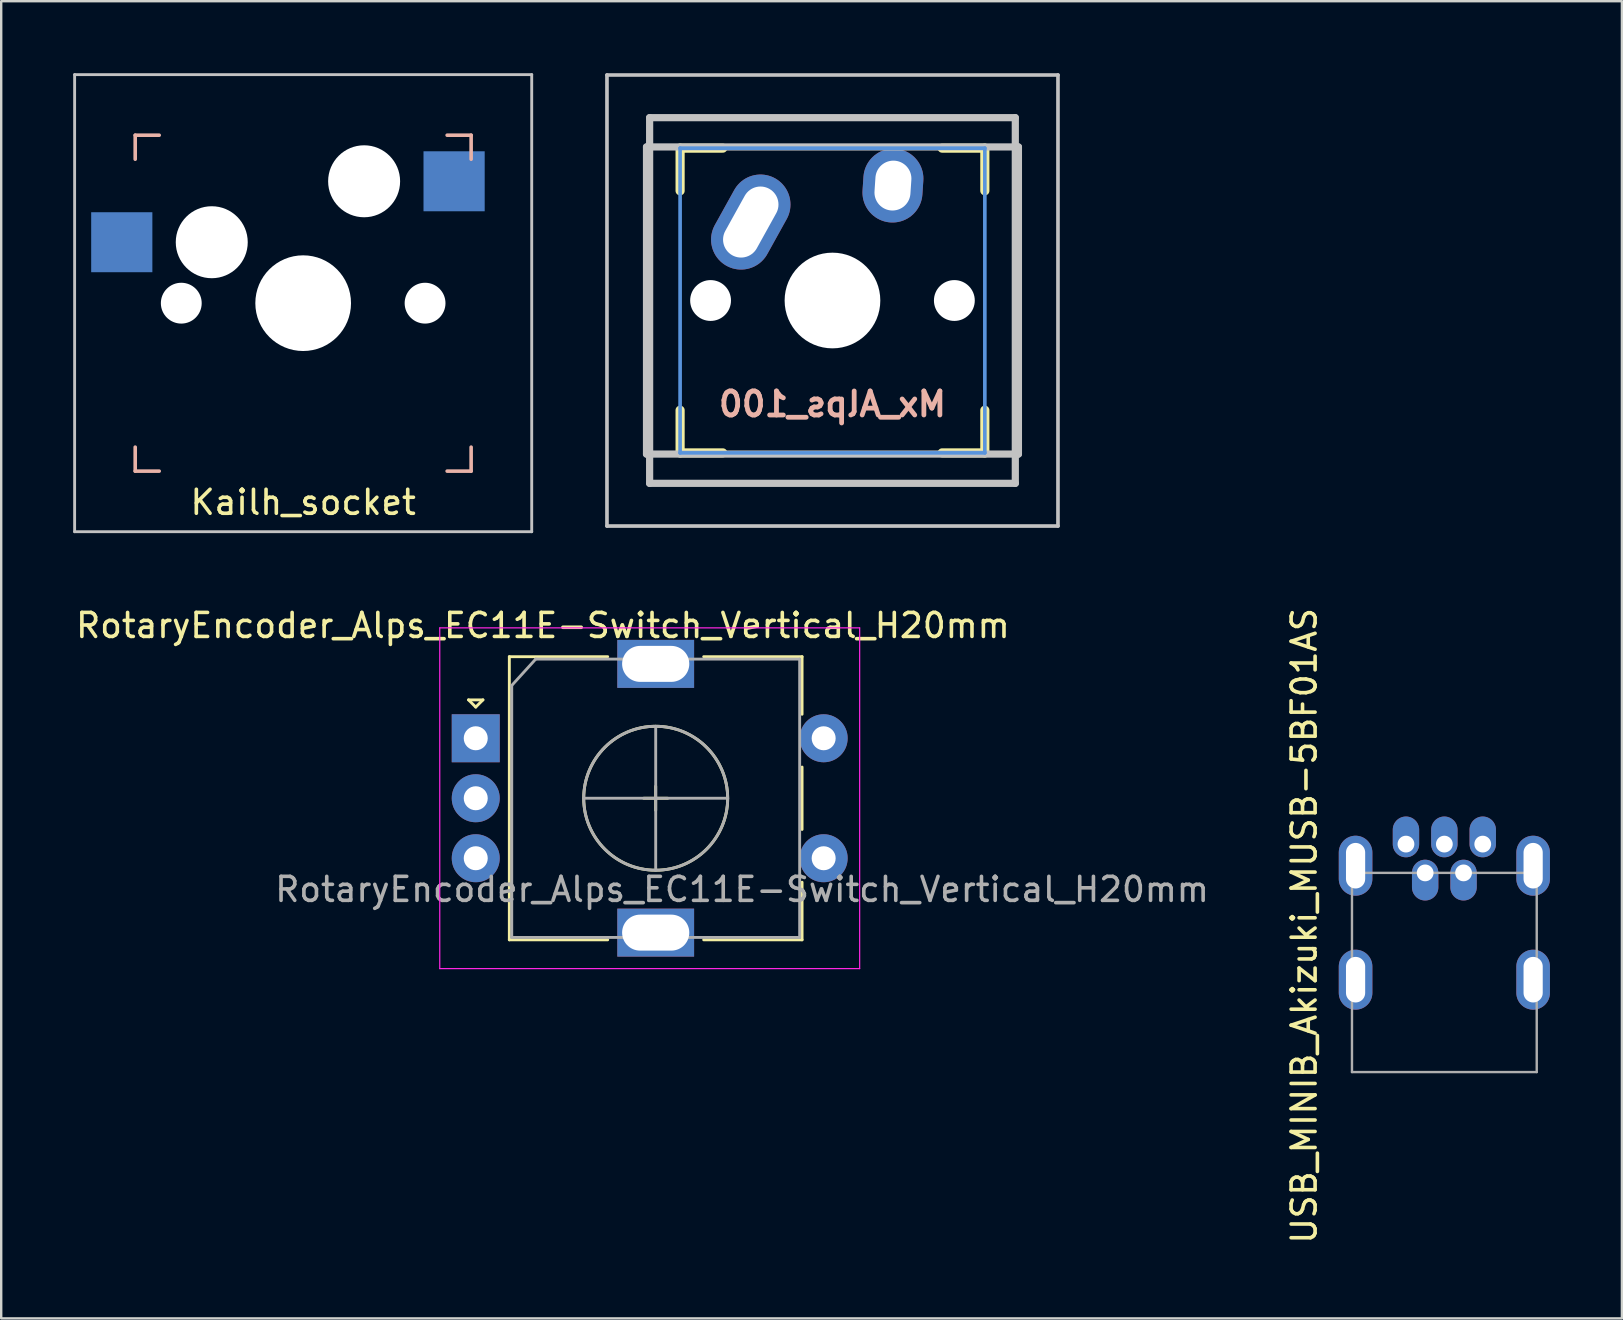
<source format=kicad_pcb>
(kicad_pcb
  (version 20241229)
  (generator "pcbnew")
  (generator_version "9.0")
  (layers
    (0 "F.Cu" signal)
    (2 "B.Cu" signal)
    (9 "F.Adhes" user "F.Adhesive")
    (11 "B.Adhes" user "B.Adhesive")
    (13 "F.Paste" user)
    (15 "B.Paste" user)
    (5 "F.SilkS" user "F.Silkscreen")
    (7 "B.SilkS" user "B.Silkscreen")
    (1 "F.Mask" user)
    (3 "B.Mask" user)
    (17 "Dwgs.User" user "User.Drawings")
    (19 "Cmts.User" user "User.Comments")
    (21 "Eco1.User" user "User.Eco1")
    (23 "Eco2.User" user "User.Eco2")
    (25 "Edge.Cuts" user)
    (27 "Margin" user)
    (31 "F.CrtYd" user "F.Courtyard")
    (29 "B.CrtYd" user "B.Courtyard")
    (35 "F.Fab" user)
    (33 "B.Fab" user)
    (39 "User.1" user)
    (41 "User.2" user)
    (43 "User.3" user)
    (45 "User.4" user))
  (footprint "Mx_Alps_100"
    (layer "F.Cu")
    (at 31.644 9.474)
    (property "Reference" "Mx_Alps_100" (at 0 4.318 0) (layer "B.SilkS") (effects (font (size 1 1) (thickness 0.2)) (justify mirror)))
    (attr through_hole)
    (fp_line (start -6.35 -6.35) (end -4.572 -6.35) (stroke (width 0.381) (type solid)) (layer "F.SilkS"))
    (fp_line (start -6.35 -4.572) (end -6.35 -6.35) (stroke (width 0.381) (type solid)) (layer "F.SilkS"))
    (fp_line (start -6.35 6.35) (end -6.35 4.572) (stroke (width 0.381) (type solid)) (layer "F.SilkS"))
    (fp_line (start -4.572 6.35) (end -6.35 6.35) (stroke (width 0.381) (type solid)) (layer "F.SilkS"))
    (fp_line (start 4.572 -6.35) (end 6.35 -6.35) (stroke (width 0.381) (type solid)) (layer "F.SilkS"))
    (fp_line (start 6.35 -6.35) (end 6.35 -4.572) (stroke (width 0.381) (type solid)) (layer "F.SilkS"))
    (fp_line (start 6.35 4.572) (end 6.35 6.35) (stroke (width 0.381) (type solid)) (layer "F.SilkS"))
    (fp_line (start 6.35 6.35) (end 4.572 6.35) (stroke (width 0.381) (type solid)) (layer "F.SilkS"))
    (fp_line (start -9.398 -9.398) (end 9.398 -9.398) (stroke (width 0.152) (type solid)) (layer "Dwgs.User"))
    (fp_line (start -9.398 9.398) (end -9.398 -9.398) (stroke (width 0.152) (type solid)) (layer "Dwgs.User"))
    (fp_line (start -7.75 6.4) (end -7.75 -6.4) (stroke (width 0.3) (type solid)) (layer "Dwgs.User"))
    (fp_line (start -7.75 6.4) (end 7.75 6.4) (stroke (width 0.3) (type solid)) (layer "Dwgs.User"))
    (fp_line (start -7.62 -7.62) (end 7.62 -7.62) (stroke (width 0.3) (type solid)) (layer "Dwgs.User"))
    (fp_line (start -7.62 7.62) (end -7.62 -7.62) (stroke (width 0.3) (type solid)) (layer "Dwgs.User"))
    (fp_line (start 7.62 -7.62) (end 7.62 7.62) (stroke (width 0.3) (type solid)) (layer "Dwgs.User"))
    (fp_line (start 7.62 7.62) (end -7.62 7.62) (stroke (width 0.3) (type solid)) (layer "Dwgs.User"))
    (fp_line (start 7.75 -6.4) (end -7.75 -6.4) (stroke (width 0.3) (type solid)) (layer "Dwgs.User"))
    (fp_line (start 7.75 6.4) (end 7.75 -6.4) (stroke (width 0.3) (type solid)) (layer "Dwgs.User"))
    (fp_line (start 9.398 -9.398) (end 9.398 9.398) (stroke (width 0.152) (type solid)) (layer "Dwgs.User"))
    (fp_line (start 9.398 9.398) (end -9.398 9.398) (stroke (width 0.152) (type solid)) (layer "Dwgs.User"))
    (fp_line (start -6.35 -6.35) (end 6.35 -6.35) (stroke (width 0.152) (type solid)) (layer "Cmts.User"))
    (fp_line (start -6.35 6.35) (end -6.35 -6.35) (stroke (width 0.152) (type solid)) (layer "Cmts.User"))
    (fp_line (start 6.35 -6.35) (end 6.35 6.35) (stroke (width 0.152) (type solid)) (layer "Cmts.User"))
    (fp_line (start 6.35 6.35) (end -6.35 6.35) (stroke (width 0.152) (type solid)) (layer "Cmts.User"))
    (fp_line (start -6.985 -6.985) (end 6.985 -6.985) (stroke (width 0.152) (type solid)) (layer "Eco2.User"))
    (fp_line (start -6.985 6.985) (end -6.985 -6.985) (stroke (width 0.152) (type solid)) (layer "Eco2.User"))
    (fp_line (start 6.985 -6.985) (end 6.985 6.985) (stroke (width 0.152) (type solid)) (layer "Eco2.User"))
    (fp_line (start 6.985 6.985) (end -6.985 6.985) (stroke (width 0.152) (type solid)) (layer "Eco2.User"))
    (pad "" np_thru_hole circle (at -5.08 0) (size 1.702 1.702) (drill 1.702) (layers "*.Cu" "*.Mask"))
    (pad "" np_thru_hole circle (at 0 0) (size 3.988 3.988) (drill 3.988) (layers "*.Cu" "*.Mask"))
    (pad "" np_thru_hole circle (at 5.08 0) (size 1.702 1.702) (drill 1.702) (layers "*.Cu" "*.Mask"))
    (pad "1" thru_hole oval (at -3.405 -3.27 331) (size 2.5 4.17) (drill oval 1.5 3.17) (layers "*.Cu" "*.Mask"))
    (pad "2" thru_hole oval (at 2.52 -4.79 356.1) (size 2.5 3.08) (drill oval 1.5 2.08) (layers "*.Cu" "*.Mask")))
  (footprint "RotaryEncoder_Alps_EC11E-Switch_Vertical_H20mm"
    (layer "F.Cu")
    (at 24.27 30.207)
    (property "Reference" "RotaryEncoder_Alps_EC11E-Switch_Vertical_H20mm" (at -4.693 -7.189 0) (layer "F.SilkS") (effects (font (size 1 1) (thickness 0.15))))
    (attr through_hole)
    (fp_line (start -7.793 -4.089) (end -7.193 -4.089) (stroke (width 0.12) (type solid)) (layer "F.SilkS"))
    (fp_line (start -7.493 -3.789) (end -7.793 -4.089) (stroke (width 0.12) (type solid)) (layer "F.SilkS"))
    (fp_line (start -7.193 -4.089) (end -7.493 -3.789) (stroke (width 0.12) (type solid)) (layer "F.SilkS"))
    (fp_line (start -6.093 -5.889) (end -6.093 5.911) (stroke (width 0.12) (type solid)) (layer "F.SilkS"))
    (fp_line (start -1.993 -5.889) (end -6.093 -5.889) (stroke (width 0.12) (type solid)) (layer "F.SilkS"))
    (fp_line (start -1.993 5.911) (end -6.093 5.911) (stroke (width 0.12) (type solid)) (layer "F.SilkS"))
    (fp_line (start -0.493 0.011) (end 0.507 0.011) (stroke (width 0.12) (type solid)) (layer "F.SilkS"))
    (fp_line (start 0.007 -0.489) (end 0.007 0.511) (stroke (width 0.12) (type solid)) (layer "F.SilkS"))
    (fp_line (start 2.007 -5.889) (end 6.107 -5.889) (stroke (width 0.12) (type solid)) (layer "F.SilkS"))
    (fp_line (start 6.107 -5.889) (end 6.107 -3.489) (stroke (width 0.12) (type solid)) (layer "F.SilkS"))
    (fp_line (start 6.107 -1.289) (end 6.107 1.311) (stroke (width 0.12) (type solid)) (layer "F.SilkS"))
    (fp_line (start 6.107 3.511) (end 6.107 5.911) (stroke (width 0.12) (type solid)) (layer "F.SilkS"))
    (fp_line (start 6.107 5.911) (end 2.007 5.911) (stroke (width 0.12) (type solid)) (layer "F.SilkS"))
    (fp_circle (center 0.007 0.011) (end 3.007 0.011) (stroke (width 0.12) (type solid)) (fill no) (layer "F.SilkS"))
    (fp_line (start -8.993 -7.089) (end -8.993 7.111) (stroke (width 0.05) (type solid)) (layer "F.CrtYd"))
    (fp_line (start -8.993 -7.089) (end 8.507 -7.089) (stroke (width 0.05) (type solid)) (layer "F.CrtYd"))
    (fp_line (start 8.507 7.111) (end -8.993 7.111) (stroke (width 0.05) (type solid)) (layer "F.CrtYd"))
    (fp_line (start 8.507 7.111) (end 8.507 -7.089) (stroke (width 0.05) (type solid)) (layer "F.CrtYd"))
    (fp_line (start -5.993 -4.689) (end -4.993 -5.789) (stroke (width 0.12) (type solid)) (layer "F.Fab"))
    (fp_line (start -5.993 5.811) (end -5.993 -4.689) (stroke (width 0.12) (type solid)) (layer "F.Fab"))
    (fp_line (start -4.993 -5.789) (end 6.007 -5.789) (stroke (width 0.12) (type solid)) (layer "F.Fab"))
    (fp_line (start -2.993 0.011) (end 3.007 0.011) (stroke (width 0.12) (type solid)) (layer "F.Fab"))
    (fp_line (start 0.007 -2.989) (end 0.007 3.011) (stroke (width 0.12) (type solid)) (layer "F.Fab"))
    (fp_line (start 6.007 -5.789) (end 6.007 5.811) (stroke (width 0.12) (type solid)) (layer "F.Fab"))
    (fp_line (start 6.007 5.811) (end -5.993 5.811) (stroke (width 0.12) (type solid)) (layer "F.Fab"))
    (fp_circle (center 0.007 0.011) (end 3.007 0.011) (stroke (width 0.12) (type solid)) (fill no) (layer "F.Fab"))
    (fp_text user "${REFERENCE}" (at 3.607 3.811 0) (layer "F.Fab") (effects (font (size 1 1) (thickness 0.15))))
    (pad "A" thru_hole rect (at -7.493 -2.489) (size 2 2) (drill 1) (layers "*.Cu" "*.Mask"))
    (pad "B" thru_hole circle (at -7.493 2.511) (size 2 2) (drill 1) (layers "*.Cu" "*.Mask"))
    (pad "C" thru_hole circle (at -7.493 0.011) (size 2 2) (drill 1) (layers "*.Cu" "*.Mask"))
    (pad "MP" thru_hole rect (at 0.007 -5.589) (size 3.2 2) (drill oval 2.8 1.5) (layers "*.Cu" "*.Mask"))
    (pad "MP" thru_hole rect (at 0.007 5.611) (size 3.2 2) (drill oval 2.8 1.5) (layers "*.Cu" "*.Mask"))
    (pad "S1" thru_hole circle (at 7.007 2.511) (size 2 2) (drill 1) (layers "*.Cu" "*.Mask"))
    (pad "S2" thru_hole circle (at 7.007 -2.489) (size 2 2) (drill 1) (layers "*.Cu" "*.Mask")))
  (footprint "Kailh_socket"
    (layer "F.Cu")
    (at 9.585 9.585)
    (property "Reference" "Kailh_socket" (at 0 8.3 0) (layer "F.SilkS") (effects (font (size 1 1) (thickness 0.15))))
    (attr through_hole)
    (fp_line (start -7 -7) (end -6 -7) (stroke (width 0.15) (type solid)) (layer "B.SilkS"))
    (fp_line (start -7 -6) (end -7 -7) (stroke (width 0.15) (type solid)) (layer "B.SilkS"))
    (fp_line (start -7 7) (end -7 6) (stroke (width 0.15) (type solid)) (layer "B.SilkS"))
    (fp_line (start -6 7) (end -7 7) (stroke (width 0.15) (type solid)) (layer "B.SilkS"))
    (fp_line (start 6 -7) (end 7 -7) (stroke (width 0.15) (type solid)) (layer "B.SilkS"))
    (fp_line (start 7 -7) (end 7 -6) (stroke (width 0.15) (type solid)) (layer "B.SilkS"))
    (fp_line (start 7 6) (end 7 7) (stroke (width 0.15) (type solid)) (layer "B.SilkS"))
    (fp_line (start 7 7) (end 6 7) (stroke (width 0.15) (type solid)) (layer "B.SilkS"))
    (fp_line (start -9.525 -9.525) (end -9.525 9.525) (stroke (width 0.12) (type solid)) (layer "Dwgs.User"))
    (fp_line (start -9.525 -9.525) (end 9.525 -9.525) (stroke (width 0.12) (type solid)) (layer "Dwgs.User"))
    (fp_line (start 9.525 -9.525) (end 9.525 9.525) (stroke (width 0.12) (type solid)) (layer "Dwgs.User"))
    (fp_line (start 9.525 9.525) (end -9.525 9.525) (stroke (width 0.12) (type solid)) (layer "Dwgs.User"))
    (fp_line (start -7.5 -7.5) (end 7.5 -7.5) (stroke (width 0.15) (type solid)) (layer "Eco2.User"))
    (fp_line (start -7.5 7.5) (end -7.5 -7.5) (stroke (width 0.15) (type solid)) (layer "Eco2.User"))
    (fp_line (start -6.9 6.9) (end -6.9 -6.9) (stroke (width 0.15) (type solid)) (layer "Eco2.User"))
    (fp_line (start -6.9 6.9) (end 6.9 6.9) (stroke (width 0.15) (type solid)) (layer "Eco2.User"))
    (fp_line (start 6.9 -6.9) (end -6.9 -6.9) (stroke (width 0.15) (type solid)) (layer "Eco2.User"))
    (fp_line (start 6.9 -6.9) (end 6.9 6.9) (stroke (width 0.15) (type solid)) (layer "Eco2.User"))
    (fp_line (start 7.5 -7.5) (end 7.5 7.5) (stroke (width 0.15) (type solid)) (layer "Eco2.User"))
    (fp_line (start 7.5 7.5) (end -7.5 7.5) (stroke (width 0.15) (type solid)) (layer "Eco2.User"))
    (pad "" np_thru_hole circle (at -5.08 0) (size 1.702 1.702) (drill 1.702) (layers "*.Cu" "*.Mask"))
    (pad "" np_thru_hole circle (at -3.81 -2.54) (size 3 3) (drill 3) (layers "*.Cu" "*.Mask"))
    (pad "" np_thru_hole circle (at 0 0) (size 3.988 3.988) (drill 3.988) (layers "*.Cu" "*.Mask"))
    (pad "" np_thru_hole circle (at 2.54 -5.08) (size 3 3) (drill 3) (layers "*.Cu" "*.Mask"))
    (pad "" np_thru_hole circle (at 5.08 0) (size 1.702 1.702) (drill 1.702) (layers "*.Cu" "*.Mask"))
    (pad "1" smd rect (at 6.29 -5.08) (size 2.55 2.5) (layers "B.Cu" "B.Mask" "B.Paste"))
    (pad "2" smd rect (at -7.56 -2.54) (size 2.55 2.5) (layers "B.Cu" "B.Mask" "B.Paste")))
  (footprint "USB_MINIB_Akizuki_MUSB-5BF01AS"
    (layer "F.Cu")
    (at 57.145 32.129)
    (property "Reference" "USB_MINIB_Akizuki_MUSB-5BF01AS" (at -5.842 3.404 90) (layer "F.SilkS") (effects (font (size 1 1) (thickness 0.15))))
    (attr through_hole)
    (fp_line (start -3.85 1.2) (end 3.85 1.2) (stroke (width 0.1) (type solid)) (layer "F.Fab"))
    (fp_line (start -3.85 9.5) (end -3.85 1.2) (stroke (width 0.1) (type solid)) (layer "F.Fab"))
    (fp_line (start 3.85 1.2) (end 3.85 9.5) (stroke (width 0.1) (type solid)) (layer "F.Fab"))
    (fp_line (start 3.85 9.5) (end -3.85 9.5) (stroke (width 0.1) (type solid)) (layer "F.Fab"))
    (pad "" thru_hole oval (at -3.7 5.65) (size 1.4 2.5) (drill oval 0.8 1.9) (layers "*.Cu" "*.Mask"))
    (pad "" thru_hole oval (at 3.7 0.9) (size 1.4 2.5) (drill oval 0.8 1.9) (layers "*.Cu" "*.Mask"))
    (pad "" thru_hole oval (at 3.7 5.65) (size 1.4 2.5) (drill oval 0.8 1.9) (layers "*.Cu" "*.Mask"))
    (pad "1" thru_hole oval (at -1.6 0) (size 1.1 1.7) (drill 0.7 (offset 0 -0.3)) (layers "*.Cu" "*.Mask"))
    (pad "2" thru_hole oval (at -0.8 1.2) (size 1.1 1.7) (drill 0.7 (offset 0 0.3)) (layers "*.Cu" "*.Mask"))
    (pad "3" thru_hole oval (at 0 0) (size 1.1 1.7) (drill 0.7 (offset 0 -0.3)) (layers "*.Cu" "*.Mask"))
    (pad "4" thru_hole oval (at 0.8 1.2) (size 1.1 1.7) (drill 0.7 (offset 0 0.3)) (layers "*.Cu" "*.Mask"))
    (pad "5" thru_hole oval (at 1.6 0) (size 1.1 1.7) (drill 0.7 (offset 0 -0.3)) (layers "*.Cu" "*.Mask"))
    (pad "6" thru_hole oval (at -3.7 0.9) (size 1.4 2.5) (drill oval 0.8 1.9) (layers "*.Cu" "*.Mask")))
  (gr_rect
    (start -3 -3)
    (end 64.545 51.896)
    (stroke (width 0.1) (type default))
    (fill no)
    (layer "Edge.Cuts")))
</source>
